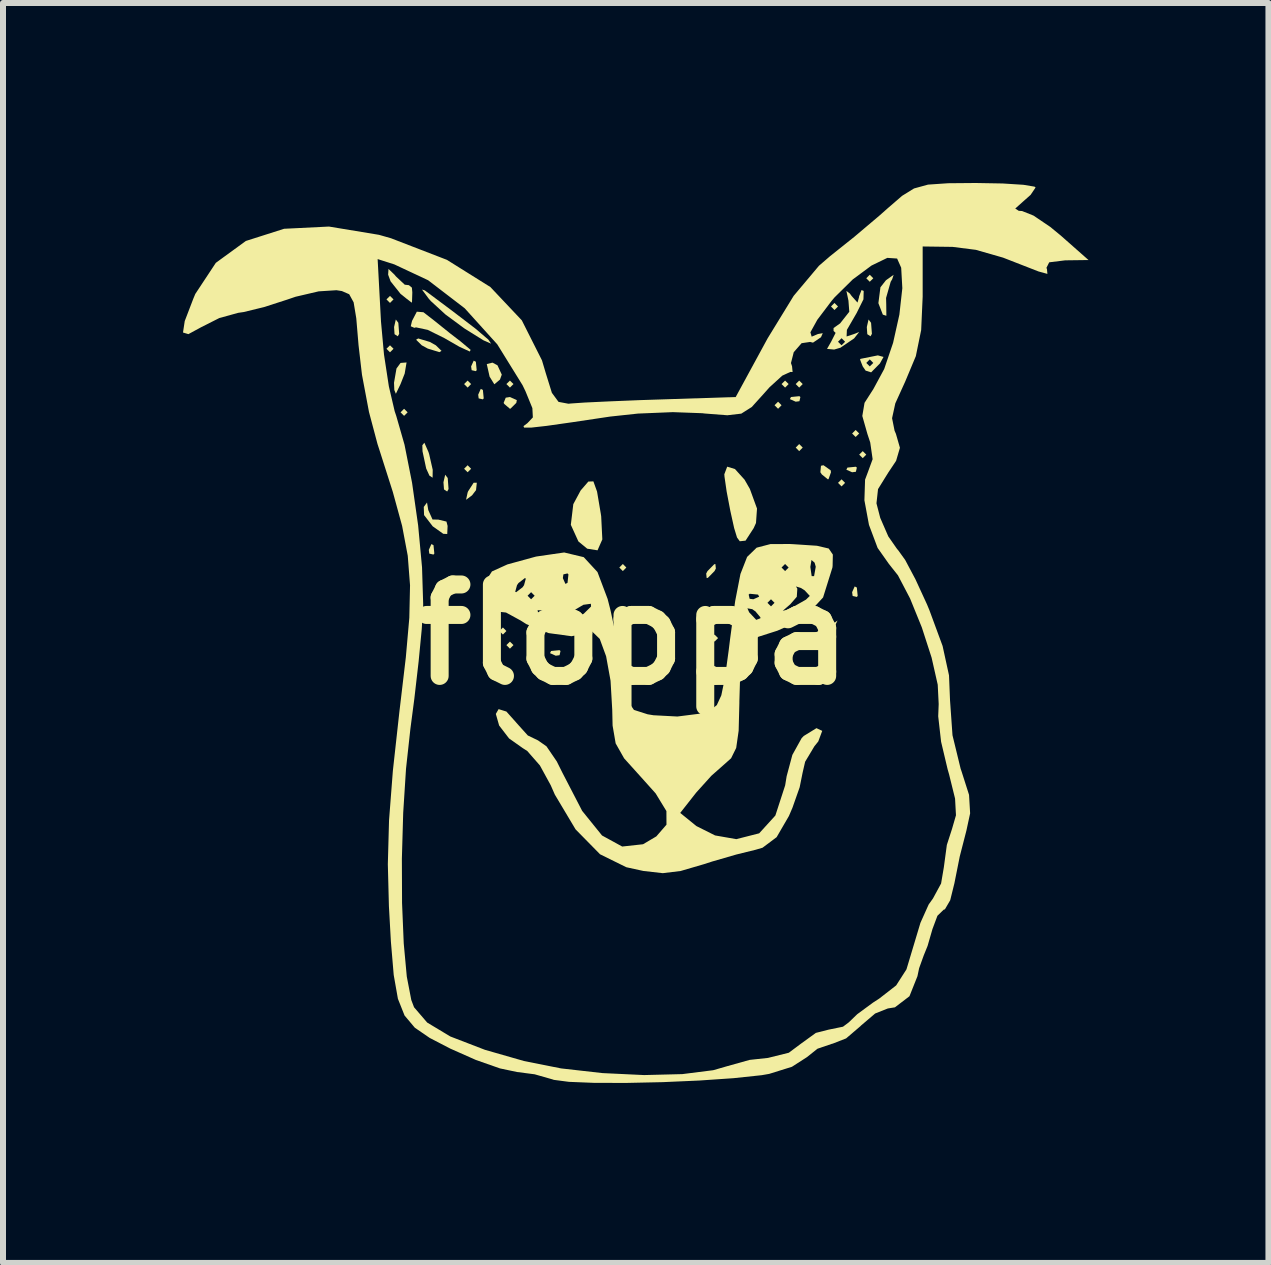
<source format=kicad_pcb>
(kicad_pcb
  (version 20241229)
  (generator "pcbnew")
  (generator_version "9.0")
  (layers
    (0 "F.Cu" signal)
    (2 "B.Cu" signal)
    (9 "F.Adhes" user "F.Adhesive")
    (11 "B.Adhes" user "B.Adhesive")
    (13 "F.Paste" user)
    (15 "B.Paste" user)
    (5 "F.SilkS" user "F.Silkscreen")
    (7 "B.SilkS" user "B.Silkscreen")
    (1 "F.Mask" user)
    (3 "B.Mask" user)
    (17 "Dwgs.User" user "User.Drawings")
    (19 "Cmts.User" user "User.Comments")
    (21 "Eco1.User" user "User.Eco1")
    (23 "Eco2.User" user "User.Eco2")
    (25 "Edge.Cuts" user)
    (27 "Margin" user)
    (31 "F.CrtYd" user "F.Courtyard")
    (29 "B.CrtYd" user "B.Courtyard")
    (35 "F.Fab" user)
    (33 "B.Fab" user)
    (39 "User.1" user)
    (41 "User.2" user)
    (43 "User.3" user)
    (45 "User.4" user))
  (footprint "floppa"
    (layer "F.Cu")
    (at 7.507 7.526)
    (property "Reference" "floppa" (at 0 0 0) (layer "F.SilkS") (effects (font (size 1.524 1.524) (thickness 0.3))))
    (attr board_only exclude_from_pos_files exclude_from_bom)
    (fp_poly (pts (xy -3.998 -5.586) (xy -4.057 -5.527) (xy -4.116 -5.586) (xy -4.057 -5.644)) (stroke (width 0) (type solid)) (fill yes) (layer "F.SilkS"))
    (fp_poly (pts (xy -3.998 -4.763) (xy -4.057 -4.704) (xy -4.116 -4.763) (xy -4.057 -4.821)) (stroke (width 0) (type solid)) (fill yes) (layer "F.SilkS"))
    (fp_poly (pts (xy -3.763 -3.704) (xy -3.822 -3.645) (xy -3.881 -3.704) (xy -3.822 -3.763)) (stroke (width 0) (type solid)) (fill yes) (layer "F.SilkS"))
    (fp_poly (pts (xy -2.705 -4.175) (xy -2.763 -4.116) (xy -2.822 -4.175) (xy -2.763 -4.233)) (stroke (width 0) (type solid)) (fill yes) (layer "F.SilkS"))
    (fp_poly (pts (xy -2.705 -2.763) (xy -2.763 -2.705) (xy -2.822 -2.763) (xy -2.763 -2.822)) (stroke (width 0) (type solid)) (fill yes) (layer "F.SilkS"))
    (fp_poly (pts (xy -2.117 -0.059) (xy -2.175 0) (xy -2.234 -0.059) (xy -2.175 -0.118)) (stroke (width 0) (type solid)) (fill yes) (layer "F.SilkS"))
    (fp_poly (pts (xy -1.999 -4.175) (xy -2.058 -4.116) (xy -2.117 -4.175) (xy -2.058 -4.233)) (stroke (width 0) (type solid)) (fill yes) (layer "F.SilkS"))
    (fp_poly (pts (xy -1.999 0.176) (xy -2.058 0.235) (xy -2.117 0.176) (xy -2.058 0.118)) (stroke (width 0) (type solid)) (fill yes) (layer "F.SilkS"))
    (fp_poly (pts (xy -0.118 -1.117) (xy -0.176 -1.058) (xy -0.235 -1.117) (xy -0.176 -1.176)) (stroke (width 0) (type solid)) (fill yes) (layer "F.SilkS"))
    (fp_poly (pts (xy 1.411 0.059) (xy 1.352 0.118) (xy 1.294 0.059) (xy 1.352 0)) (stroke (width 0) (type solid)) (fill yes) (layer "F.SilkS"))
    (fp_poly (pts (xy 2.469 -3.822) (xy 2.411 -3.763) (xy 2.352 -3.822) (xy 2.411 -3.881)) (stroke (width 0) (type solid)) (fill yes) (layer "F.SilkS"))
    (fp_poly (pts (xy 2.587 -4.175) (xy 2.528 -4.116) (xy 2.469 -4.175) (xy 2.528 -4.233)) (stroke (width 0) (type solid)) (fill yes) (layer "F.SilkS"))
    (fp_poly (pts (xy 2.822 -4.175) (xy 2.763 -4.116) (xy 2.705 -4.175) (xy 2.763 -4.233)) (stroke (width 0) (type solid)) (fill yes) (layer "F.SilkS"))
    (fp_poly (pts (xy 2.822 -3.116) (xy 2.763 -3.057) (xy 2.705 -3.116) (xy 2.763 -3.175)) (stroke (width 0) (type solid)) (fill yes) (layer "F.SilkS"))
    (fp_poly (pts (xy 2.822 0.176) (xy 2.763 0.235) (xy 2.705 0.176) (xy 2.763 0.118)) (stroke (width 0) (type solid)) (fill yes) (layer "F.SilkS"))
    (fp_poly (pts (xy 3.41 -5.468) (xy 3.351 -5.409) (xy 3.293 -5.468) (xy 3.351 -5.527)) (stroke (width 0) (type solid)) (fill yes) (layer "F.SilkS"))
    (fp_poly (pts (xy 3.528 -2.528) (xy 3.469 -2.469) (xy 3.41 -2.528) (xy 3.469 -2.587)) (stroke (width 0) (type solid)) (fill yes) (layer "F.SilkS"))
    (fp_poly (pts (xy 3.763 -3.351) (xy 3.704 -3.293) (xy 3.645 -3.351) (xy 3.704 -3.41)) (stroke (width 0) (type solid)) (fill yes) (layer "F.SilkS"))
    (fp_poly (pts (xy 3.881 -2.999) (xy 3.822 -2.94) (xy 3.763 -2.999) (xy 3.822 -3.057)) (stroke (width 0) (type solid)) (fill yes) (layer "F.SilkS"))
    (fp_poly (pts (xy 3.998 -5.938) (xy 3.939 -5.88) (xy 3.881 -5.938) (xy 3.939 -5.997)) (stroke (width 0) (type solid)) (fill yes) (layer "F.SilkS"))
    (fp_poly (pts (xy -3.918 -5.196) (xy -3.904 -5.012) (xy -3.927 -4.971) (xy -3.981 -5.006) (xy -3.989 -5.125) (xy -3.96 -5.251)) (stroke (width 0) (type solid)) (fill yes) (layer "F.SilkS"))
    (fp_poly (pts (xy -3.332 -1.49) (xy -3.318 -1.35) (xy -3.332 -1.333) (xy -3.402 -1.349) (xy -3.41 -1.411) (xy -3.367 -1.508)) (stroke (width 0) (type solid)) (fill yes) (layer "F.SilkS"))
    (fp_poly (pts (xy -3.095 -2.609) (xy -3.081 -2.425) (xy -3.104 -2.384) (xy -3.157 -2.419) (xy -3.166 -2.538) (xy -3.137 -2.664)) (stroke (width 0) (type solid)) (fill yes) (layer "F.SilkS"))
    (fp_poly (pts (xy -2.626 -4.547) (xy -2.612 -4.407) (xy -2.626 -4.39) (xy -2.696 -4.406) (xy -2.705 -4.469) (xy -2.662 -4.565)) (stroke (width 0) (type solid)) (fill yes) (layer "F.SilkS"))
    (fp_poly (pts (xy -2.509 -4.077) (xy -2.495 -3.937) (xy -2.509 -3.92) (xy -2.579 -3.936) (xy -2.587 -3.998) (xy -2.544 -4.095)) (stroke (width 0) (type solid)) (fill yes) (layer "F.SilkS"))
    (fp_poly (pts (xy -1.215 0.274) (xy -1.231 0.344) (xy -1.294 0.353) (xy -1.39 0.31) (xy -1.372 0.274) (xy -1.232 0.26)) (stroke (width 0) (type solid)) (fill yes) (layer "F.SilkS"))
    (fp_poly (pts (xy 1.254 -0.431) (xy 1.268 -0.292) (xy 1.254 -0.274) (xy 1.184 -0.291) (xy 1.176 -0.353) (xy 1.219 -0.45)) (stroke (width 0) (type solid)) (fill yes) (layer "F.SilkS"))
    (fp_poly (pts (xy 2.783 -3.959) (xy 2.767 -3.889) (xy 2.705 -3.881) (xy 2.608 -3.924) (xy 2.626 -3.959) (xy 2.766 -3.973)) (stroke (width 0) (type solid)) (fill yes) (layer "F.SilkS"))
    (fp_poly (pts (xy 3.724 -2.783) (xy 3.708 -2.713) (xy 3.645 -2.705) (xy 3.549 -2.748) (xy 3.567 -2.783) (xy 3.707 -2.797)) (stroke (width 0) (type solid)) (fill yes) (layer "F.SilkS"))
    (fp_poly (pts (xy 3.724 -0.784) (xy 3.738 -0.644) (xy 3.724 -0.627) (xy 3.654 -0.643) (xy 3.645 -0.706) (xy 3.688 -0.802)) (stroke (width 0) (type solid)) (fill yes) (layer "F.SilkS"))
    (fp_poly (pts (xy 3.961 -5.196) (xy 3.975 -5.012) (xy 3.952 -4.971) (xy 3.898 -5.006) (xy 3.89 -5.125) (xy 3.919 -5.251)) (stroke (width 0) (type solid)) (fill yes) (layer "F.SilkS"))
    (fp_poly (pts (xy -2.623 -2.407) (xy -2.69 -2.32) (xy -2.789 -2.246) (xy -2.764 -2.364) (xy -2.756 -2.386) (xy -2.663 -2.53) (xy -2.61 -2.531)) (stroke (width 0) (type solid)) (fill yes) (layer "F.SilkS"))
    (fp_poly (pts (xy -2.266 -4.488) (xy -2.194 -4.332) (xy -2.224 -4.25) (xy -2.318 -4.171) (xy -2.397 -4.299) (xy -2.444 -4.508) (xy -2.349 -4.532)) (stroke (width 0) (type solid)) (fill yes) (layer "F.SilkS"))
    (fp_poly (pts (xy -3.812 -4.35) (xy -3.881 -4.175) (xy -3.959 -4.013) (xy -3.985 -4.076) (xy -3.99 -4.197) (xy -3.949 -4.434) (xy -3.881 -4.527) (xy -3.781 -4.535)) (stroke (width 0) (type solid)) (fill yes) (layer "F.SilkS"))
    (fp_poly (pts (xy -3.393 -4.877) (xy -3.293 -4.821) (xy -3.198 -4.728) (xy -3.234 -4.707) (xy -3.427 -4.766) (xy -3.528 -4.821) (xy -3.622 -4.914) (xy -3.587 -4.935)) (stroke (width 0) (type solid)) (fill yes) (layer "F.SilkS"))
    (fp_poly (pts (xy -1.943 -3.907) (xy -1.952 -3.861) (xy -2.049 -3.765) (xy -2.058 -3.763) (xy -2.152 -3.843) (xy -2.163 -3.861) (xy -2.128 -3.948) (xy -2.058 -3.959)) (stroke (width 0) (type solid)) (fill yes) (layer "F.SilkS"))
    (fp_poly (pts (xy 1.374 -1.1) (xy 1.352 -1.058) (xy 1.242 -0.946) (xy 1.221 -0.941) (xy 1.213 -1.017) (xy 1.235 -1.058) (xy 1.346 -1.171) (xy 1.366 -1.176)) (stroke (width 0) (type solid)) (fill yes) (layer "F.SilkS"))
    (fp_poly (pts (xy 3.288 -2.737) (xy 3.293 -2.705) (xy 3.252 -2.59) (xy 3.241 -2.587) (xy 3.14 -2.669) (xy 3.116 -2.705) (xy 3.126 -2.813) (xy 3.168 -2.822)) (stroke (width 0) (type solid)) (fill yes) (layer "F.SilkS"))
    (fp_poly (pts (xy 3.373 -0.173) (xy 3.308 -0.088) (xy 3.136 0.095) (xy 3.059 0.094) (xy 3.057 0.073) (xy 3.138 -0.025) (xy 3.263 -0.133) (xy 3.402 -0.234)) (stroke (width 0) (type solid)) (fill yes) (layer "F.SilkS"))
    (fp_poly (pts (xy -3.416 -3.043) (xy -3.404 -3.005) (xy -3.345 -2.746) (xy -3.347 -2.614) (xy -3.4 -2.649) (xy -3.454 -2.768) (xy -3.515 -3.054) (xy -3.518 -3.155) (xy -3.484 -3.197)) (stroke (width 0) (type solid)) (fill yes) (layer "F.SilkS"))
    (fp_poly (pts (xy 4.313 -5.922) (xy 4.288 -5.88) (xy 4.211 -5.61) (xy 4.214 -5.497) (xy 4.216 -5.313) (xy 4.157 -5.332) (xy 4.083 -5.523) (xy 4.117 -5.788) (xy 4.209 -5.905) (xy 4.337 -5.996)) (stroke (width 0) (type solid)) (fill yes) (layer "F.SilkS"))
    (fp_poly (pts (xy -3.419 -2.075) (xy -3.348 -1.917) (xy -3.253 -1.916) (xy -3.116 -1.883) (xy -3.097 -1.811) (xy -3.103 -1.676) (xy -3.169 -1.679) (xy -3.345 -1.804) (xy -3.489 -1.991) (xy -3.494 -2.127) (xy -3.44 -2.201)) (stroke (width 0) (type solid)) (fill yes) (layer "F.SilkS"))
    (fp_poly (pts (xy -0.606 -2.383) (xy -0.543 -2.011) (xy -0.537 -1.97) (xy -0.518 -1.586) (xy -0.598 -1.404) (xy -0.77 -1.431) (xy -0.917 -1.552) (xy -1.043 -1.829) (xy -1.002 -2.173) (xy -0.879 -2.402) (xy -0.751 -2.55) (xy -0.667 -2.553)) (stroke (width 0) (type solid)) (fill yes) (layer "F.SilkS"))
    (fp_poly (pts (xy -3.98 -5.996) (xy -3.959 -5.97) (xy -3.811 -5.831) (xy -3.742 -5.823) (xy -3.692 -5.782) (xy -3.685 -5.703) (xy -3.69 -5.549) (xy -3.694 -5.531) (xy -3.78 -5.597) (xy -3.881 -5.678) (xy -4.047 -5.887) (xy -4.088 -5.998) (xy -4.082 -6.094)) (stroke (width 0) (type solid)) (fill yes) (layer "F.SilkS"))
    (fp_poly (pts (xy -3.5 -5.372) (xy -3.323 -5.235) (xy -3.054 -5.019) (xy -2.881 -4.886) (xy -2.713 -4.745) (xy -2.727 -4.717) (xy -2.901 -4.797) (xy -3.153 -4.942) (xy -3.428 -5.078) (xy -3.624 -5.12) (xy -3.651 -5.112) (xy -3.711 -5.138) (xy -3.69 -5.227) (xy -3.61 -5.381)) (stroke (width 0) (type solid)) (fill yes) (layer "F.SilkS"))
    (fp_poly (pts (xy -3.477 -5.736) (xy -3.353 -5.644) (xy -3.123 -5.472) (xy -3 -5.38) (xy -2.629 -5.096) (xy -2.417 -4.915) (xy -2.372 -4.848) (xy -2.499 -4.904) (xy -2.805 -5.094) (xy -2.824 -5.107) (xy -3.133 -5.335) (xy -3.376 -5.558) (xy -3.412 -5.599) (xy -3.524 -5.75)) (stroke (width 0) (type solid)) (fill yes) (layer "F.SilkS"))
    (fp_poly (pts (xy 1.692 -2.759) (xy 1.852 -2.582) (xy 1.941 -2.427) (xy 2.06 -2.1) (xy 2.043 -1.859) (xy 2.004 -1.773) (xy 1.869 -1.565) (xy 1.773 -1.555) (xy 1.727 -1.617) (xy 1.679 -1.774) (xy 1.615 -2.063) (xy 1.554 -2.383) (xy 1.518 -2.632) (xy 1.515 -2.671) (xy 1.563 -2.798)) (stroke (width 0) (type solid)) (fill yes) (layer "F.SilkS"))
    (fp_poly (pts (xy 4.169 -4.627) (xy 4.108 -4.518) (xy 3.962 -4.37) (xy 3.87 -4.399) (xy 3.822 -4.469) (xy 3.799 -4.527) (xy 3.881 -4.527) (xy 3.939 -4.469) (xy 3.998 -4.527) (xy 3.939 -4.586) (xy 3.881 -4.527) (xy 3.799 -4.527) (xy 3.777 -4.585) (xy 3.785 -4.595) (xy 4.074 -4.653)) (stroke (width 0) (type solid)) (fill yes) (layer "F.SilkS"))
    (fp_poly (pts (xy 3.838 -5.727) (xy 3.834 -5.587) (xy 3.72 -5.358) (xy 3.558 -5.078) (xy 3.553 -4.968) (xy 3.675 -5.008) (xy 3.763 -5.043) (xy 3.68 -4.938) (xy 3.676 -4.934) (xy 3.451 -4.781) (xy 3.346 -4.75) (xy 3.227 -4.761) (xy 3.295 -4.88) (xy 3.41 -4.88) (xy 3.469 -4.821) (xy 3.528 -4.88) (xy 3.469 -4.939) (xy 3.41 -4.88) (xy 3.295 -4.88) (xy 3.299 -4.888) (xy 3.3 -4.89) (xy 3.37 -5.028) (xy 3.336 -5.06) (xy 3.336 -5.109) (xy 3.445 -5.186) (xy 3.598 -5.38) (xy 3.584 -5.565) (xy 3.55 -5.727) (xy 3.607 -5.684) (xy 3.636 -5.644) (xy 3.735 -5.533) (xy 3.761 -5.625) (xy 3.761 -5.635) (xy 3.802 -5.742)) (stroke (width 0) (type solid)) (fill yes) (layer "F.SilkS"))
    (fp_poly (pts (xy 2.682 -1.505) (xy 3.059 -1.48) (xy 3.255 -1.434) (xy 3.324 -1.333) (xy 3.32 -1.146) (xy 3.317 -1.117) (xy 3.161 -0.618) (xy 2.82 -0.25) (xy 2.399 -0.064) (xy 2.086 0.036) (xy 1.879 0.146) (xy 1.854 0.171) (xy 1.811 0.343) (xy 1.779 0.68) (xy 1.766 1.11) (xy 1.766 1.14) (xy 1.754 1.603) (xy 1.713 1.89) (xy 1.628 2.062) (xy 1.533 2.147) (xy 1.299 2.354) (xy 1.05 2.63) (xy 1.041 2.641) (xy 0.78 2.973) (xy 1.05 3.192) (xy 1.361 3.348) (xy 1.715 3.41) (xy 2.096 3.313) (xy 2.366 3.016) (xy 2.529 2.514) (xy 2.554 2.361) (xy 2.649 2.006) (xy 2.803 1.728) (xy 2.838 1.691) (xy 3.051 1.56) (xy 3.147 1.605) (xy 3.081 1.782) (xy 3.017 1.861) (xy 2.862 2.12) (xy 2.82 2.302) (xy 2.771 2.545) (xy 2.651 2.886) (xy 2.592 3.024) (xy 2.387 3.377) (xy 2.152 3.553) (xy 2.036 3.587) (xy 1.716 3.666) (xy 1.312 3.783) (xy 1.176 3.827) (xy 0.786 3.941) (xy 0.489 3.977) (xy 0.165 3.94) (xy -0.118 3.878) (xy -0.556 3.662) (xy -0.964 3.247) (xy -1.31 2.667) (xy -1.378 2.512) (xy -1.559 2.181) (xy -1.769 1.941) (xy -1.844 1.893) (xy -2.073 1.731) (xy -2.238 1.516) (xy -2.293 1.323) (xy -2.247 1.243) (xy -2.117 1.283) (xy -1.951 1.469) (xy -1.95 1.471) (xy -1.76 1.682) (xy -1.59 1.764) (xy -1.449 1.863) (xy -1.277 2.115) (xy -1.186 2.298) (xy -0.854 2.939) (xy -0.523 3.349) (xy -0.187 3.533) (xy 0.16 3.495) (xy 0.382 3.364) (xy 0.551 3.169) (xy 0.55 2.942) (xy 0.37 2.647) (xy 0.118 2.366) (xy -0.155 2.063) (xy -0.296 1.814) (xy -0.347 1.517) (xy -0.353 1.252) (xy -0.381 0.77) (xy -0.455 0.362) (xy -0.561 0.073) (xy -0.685 -0.048) (xy -0.743 -0.036) (xy -1.03 0.028) (xy -1.412 -0.024) (xy -1.787 -0.175) (xy -1.881 -0.235) (xy -2.123 -0.367) (xy -2.286 -0.385) (xy -2.296 -0.379) (xy -2.334 -0.38) (xy -2.321 -0.406) (xy -1.597 -0.406) (xy -1.587 -0.351) (xy -1.461 -0.254) (xy -1.326 -0.238) (xy -1.299 -0.274) (xy -1.121 -0.274) (xy -1.071 -0.239) (xy -0.889 -0.311) (xy -0.827 -0.348) (xy -0.706 -0.467) (xy -0.709 -0.513) (xy -0.834 -0.496) (xy -0.993 -0.402) (xy -1.121 -0.274) (xy -1.299 -0.274) (xy -1.294 -0.281) (xy -1.386 -0.357) (xy -1.476 -0.398) (xy -1.597 -0.406) (xy -2.321 -0.406) (xy -2.302 -0.446) (xy -2.295 -0.647) (xy -1.764 -0.647) (xy -1.705 -0.588) (xy -1.646 -0.647) (xy -1.705 -0.706) (xy -1.764 -0.647) (xy -2.295 -0.647) (xy -2.295 -0.651) (xy -2.328 -0.713) (xy -1.97 -0.713) (xy -1.954 -0.706) (xy -1.847 -0.788) (xy -1.823 -0.823) (xy -1.793 -0.933) (xy -1.809 -0.941) (xy -1.176 -0.941) (xy -1.133 -0.844) (xy -1.098 -0.862) (xy -1.083 -1.002) (xy -1.098 -1.019) (xy -1.167 -1.003) (xy -1.176 -0.941) (xy -1.809 -0.941) (xy -1.916 -0.858) (xy -1.94 -0.823) (xy -1.97 -0.713) (xy -2.328 -0.713) (xy -2.364 -0.778) (xy -2.437 -0.929) (xy -2.358 -1.052) (xy -2.1 -1.169) (xy -1.637 -1.296) (xy -1.615 -1.301) (xy -1.154 -1.368) (xy -0.828 -1.29) (xy -0.599 -1.042) (xy -0.43 -0.594) (xy -0.381 -0.402) (xy -0.279 0.076) (xy -0.192 0.549) (xy -0.157 0.785) (xy -0.1 1.1) (xy 0.009 1.256) (xy 0.237 1.329) (xy 0.335 1.345) (xy 0.733 1.366) (xy 1.105 1.319) (xy 1.117 1.316) (xy 1.28 1.262) (xy 1.39 1.176) (xy 1.465 1.013) (xy 1.525 0.724) (xy 1.588 0.263) (xy 1.61 0.084) (xy 1.68 -0.437) (xy 1.9 -0.437) (xy 1.929 -0.371) (xy 2.047 -0.245) (xy 2.116 -0.271) (xy 2.117 -0.287) (xy 2.033 -0.387) (xy 2.019 -0.396) (xy 2.489 -0.396) (xy 2.55 -0.409) (xy 2.675 -0.468) (xy 2.876 -0.582) (xy 2.94 -0.644) (xy 2.855 -0.736) (xy 2.793 -0.776) (xy 2.709 -0.802) (xy 2.732 -0.765) (xy 2.723 -0.629) (xy 2.615 -0.505) (xy 2.489 -0.396) (xy 2.019 -0.396) (xy 1.981 -0.423) (xy 1.9 -0.437) (xy 1.68 -0.437) (xy 1.692 -0.529) (xy 2.234 -0.529) (xy 2.293 -0.47) (xy 2.352 -0.529) (xy 2.293 -0.588) (xy 2.234 -0.529) (xy 1.692 -0.529) (xy 1.697 -0.563) (xy 1.717 -0.666) (xy 1.921 -0.666) (xy 1.937 -0.596) (xy 1.999 -0.588) (xy 2.096 -0.631) (xy 2.077 -0.666) (xy 1.938 -0.68) (xy 1.921 -0.666) (xy 1.717 -0.666) (xy 1.784 -1.01) (xy 1.826 -1.117) (xy 2.469 -1.117) (xy 2.528 -1.058) (xy 2.587 -1.117) (xy 2.577 -1.127) (xy 2.949 -1.127) (xy 2.971 -0.974) (xy 3.011 -0.973) (xy 3.039 -1.13) (xy 3.02 -1.198) (xy 2.968 -1.243) (xy 2.949 -1.127) (xy 2.577 -1.127) (xy 2.528 -1.176) (xy 2.469 -1.117) (xy 1.826 -1.117) (xy 1.895 -1.294) (xy 2.054 -1.448) (xy 2.284 -1.508) (xy 2.609 -1.509)) (stroke (width 0) (type solid)) (fill yes) (layer "F.SilkS"))
    (fp_poly (pts (xy 6.155 -7.518) (xy 6.501 -7.496) (xy 6.686 -7.465) (xy 6.703 -7.451) (xy 6.62 -7.328) (xy 6.497 -7.219) (xy 6.364 -7.1) (xy 6.423 -7.062) (xy 6.477 -7.059) (xy 6.668 -6.983) (xy 6.948 -6.794) (xy 7.124 -6.649) (xy 7.585 -6.242) (xy 7.196 -6.237) (xy 6.93 -6.204) (xy 6.883 -6.11) (xy 6.892 -6.095) (xy 6.9 -6.011) (xy 6.751 -6.052) (xy 6.161 -6.282) (xy 5.707 -6.412) (xy 5.321 -6.461) (xy 5.262 -6.462) (xy 4.821 -6.468) (xy 4.821 -5.632) (xy 4.796 -5.075) (xy 4.707 -4.64) (xy 4.531 -4.219) (xy 4.365 -3.853) (xy 4.311 -3.606) (xy 4.353 -3.396) (xy 4.375 -3.346) (xy 4.442 -3.113) (xy 4.378 -2.895) (xy 4.246 -2.697) (xy 4.077 -2.424) (xy 4.051 -2.187) (xy 4.114 -1.944) (xy 4.248 -1.636) (xy 4.397 -1.422) (xy 4.408 -1.412) (xy 4.529 -1.244) (xy 4.701 -0.92) (xy 4.893 -0.503) (xy 4.934 -0.404) (xy 5.153 0.19) (xy 5.26 0.68) (xy 5.277 1.096) (xy 5.318 1.678) (xy 5.454 2.237) (xy 5.468 2.277) (xy 5.594 2.672) (xy 5.612 2.98) (xy 5.55 3.267) (xy 5.439 3.699) (xy 5.352 4.135) (xy 5.35 4.145) (xy 5.28 4.428) (xy 5.192 4.579) (xy 5.171 4.586) (xy 5.067 4.687) (xy 4.984 4.909) (xy 4.903 5.189) (xy 4.838 5.35) (xy 4.762 5.561) (xy 4.734 5.694) (xy 4.601 6.028) (xy 4.359 6.213) (xy 4.24 6.232) (xy 4.029 6.316) (xy 3.793 6.517) (xy 3.785 6.526) (xy 3.545 6.731) (xy 3.317 6.82) (xy 3.312 6.82) (xy 3.068 6.903) (xy 2.891 7.044) (xy 2.642 7.204) (xy 2.264 7.322) (xy 2.138 7.344) (xy 1.667 7.394) (xy 1.099 7.433) (xy 0.488 7.46) (xy -0.114 7.473) (xy -0.652 7.472) (xy -1.074 7.455) (xy -1.326 7.422) (xy -1.352 7.413) (xy -1.647 7.329) (xy -1.94 7.291) (xy -2.224 7.231) (xy -2.626 7.09) (xy -3.052 6.901) (xy -3.395 6.723) (xy -3.643 6.553) (xy -3.814 6.35) (xy -3.925 6.071) (xy -3.995 5.674) (xy -4.042 5.118) (xy -4.075 4.527) (xy -4.093 3.828) (xy -4.073 3.097) (xy -4.009 2.27) (xy -3.9 1.283) (xy -3.891 1.208) (xy -3.793 0.379) (xy -3.735 -0.278) (xy -3.723 -0.821) (xy -3.761 -1.313) (xy -3.855 -1.811) (xy -4.01 -2.377) (xy -4.231 -3.07) (xy -4.265 -3.175) (xy -4.407 -3.709) (xy -4.524 -4.33) (xy -4.581 -4.821) (xy -4.619 -5.271) (xy -4.663 -5.537) (xy -4.737 -5.672) (xy -4.859 -5.725) (xy -4.949 -5.739) (xy -5.246 -5.72) (xy -5.631 -5.63) (xy -5.772 -5.582) (xy -6.156 -5.458) (xy -6.497 -5.375) (xy -6.587 -5.362) (xy -6.902 -5.275) (xy -7.205 -5.122) (xy -7.417 -5.007) (xy -7.507 -5.034) (xy -7.478 -5.225) (xy -7.335 -5.598) (xy -7.302 -5.677) (xy -6.96 -6.195) (xy -6.874 -6.258) (xy -4.263 -6.258) (xy -4.207 -5.216) (xy -4.157 -4.667) (xy -4.076 -4.137) (xy -3.979 -3.722) (xy -3.953 -3.645) (xy -3.815 -3.164) (xy -3.689 -2.529) (xy -3.588 -1.82) (xy -3.523 -1.12) (xy -3.504 -0.509) (xy -3.505 -0.47) (xy -3.528 -0.087) (xy -3.58 0.451) (xy -3.651 1.067) (xy -3.717 1.571) (xy -3.79 2.237) (xy -3.837 2.974) (xy -3.859 3.736) (xy -3.856 4.476) (xy -3.828 5.147) (xy -3.777 5.701) (xy -3.702 6.091) (xy -3.656 6.212) (xy -3.437 6.467) (xy -3.051 6.699) (xy -2.475 6.921) (xy -1.823 7.108) (xy -1.206 7.231) (xy -0.517 7.309) (xy 0.178 7.342) (xy 0.815 7.326) (xy 1.33 7.261) (xy 1.566 7.193) (xy 1.938 7.089) (xy 2.243 7.056) (xy 2.59 6.97) (xy 2.791 6.82) (xy 3.041 6.639) (xy 3.253 6.585) (xy 3.493 6.536) (xy 3.59 6.463) (xy 3.73 6.328) (xy 3.991 6.136) (xy 4.096 6.068) (xy 4.379 5.848) (xy 4.551 5.58) (xy 4.669 5.187) (xy 4.784 4.804) (xy 4.921 4.499) (xy 4.993 4.398) (xy 5.128 4.149) (xy 5.174 3.878) (xy 5.224 3.506) (xy 5.31 3.24) (xy 5.376 3.012) (xy 5.361 2.734) (xy 5.261 2.329) (xy 5.237 2.246) (xy 5.128 1.786) (xy 5.08 1.362) (xy 5.088 1.158) (xy 5.072 0.836) (xy 4.97 0.385) (xy 4.807 -0.119) (xy 4.611 -0.601) (xy 4.409 -0.987) (xy 4.259 -1.176) (xy 4.07 -1.444) (xy 3.926 -1.828) (xy 3.85 -2.238) (xy 3.861 -2.582) (xy 3.906 -2.702) (xy 3.987 -2.923) (xy 3.947 -3.201) (xy 3.9 -3.343) (xy 3.815 -3.643) (xy 3.852 -3.862) (xy 4 -4.093) (xy 4.18 -4.426) (xy 4.328 -4.862) (xy 4.433 -5.333) (xy 4.482 -5.773) (xy 4.463 -6.114) (xy 4.395 -6.267) (xy 4.232 -6.278) (xy 3.968 -6.15) (xy 3.656 -5.919) (xy 3.352 -5.619) (xy 3.303 -5.561) (xy 3.065 -5.246) (xy 2.95 -5.038) (xy 2.971 -4.965) (xy 3.076 -5.009) (xy 3.156 -5.023) (xy 3.126 -4.955) (xy 2.993 -4.865) (xy 2.945 -4.877) (xy 2.803 -4.856) (xy 2.672 -4.706) (xy 2.626 -4.525) (xy 2.644 -4.471) (xy 2.653 -4.376) (xy 2.615 -4.377) (xy 2.481 -4.315) (xy 2.268 -4.121) (xy 2.172 -4.013) (xy 1.972 -3.792) (xy 1.798 -3.682) (xy 1.565 -3.655) (xy 1.19 -3.684) (xy 1.148 -3.689) (xy 0.657 -3.707) (xy 0.076 -3.683) (xy -0.388 -3.633) (xy -1.017 -3.539) (xy -1.446 -3.478) (xy -1.704 -3.449) (xy -1.822 -3.449) (xy -1.832 -3.474) (xy -1.767 -3.523) (xy -1.676 -3.619) (xy -1.684 -3.774) (xy -1.798 -4.053) (xy -1.847 -4.155) (xy -2.269 -4.837) (xy -2.812 -5.438) (xy -3.421 -5.905) (xy -3.984 -6.169) (xy -4.263 -6.258) (xy -6.874 -6.258) (xy -6.459 -6.56) (xy -5.822 -6.763) (xy -5.074 -6.8) (xy -4.24 -6.662) (xy -4.04 -6.605) (xy -3.108 -6.245) (xy -2.384 -5.792) (xy -1.86 -5.237) (xy -1.524 -4.57) (xy -1.461 -4.358) (xy -1.359 -4.029) (xy -1.248 -3.878) (xy -1.083 -3.847) (xy -1.043 -3.851) (xy -0.811 -3.867) (xy -0.408 -3.886) (xy 0.101 -3.907) (xy 0.47 -3.919) (xy 1.705 -3.959) (xy 2.237 -4.937) (xy 2.671 -5.645) (xy 3.092 -6.146) (xy 3.276 -6.305) (xy 3.682 -6.629) (xy 4.103 -6.985) (xy 4.244 -7.11) (xy 4.478 -7.312) (xy 4.677 -7.435) (xy 4.91 -7.499) (xy 5.245 -7.522) (xy 5.704 -7.526)) (stroke (width 0) (type solid)) (fill yes) (layer "F.SilkS")))
  (gr_rect
    (start -3 -3)
    (end 18.091 17.999)
    (stroke (width 0.1) (type default))
    (fill no)
    (layer "Edge.Cuts")))
</source>
